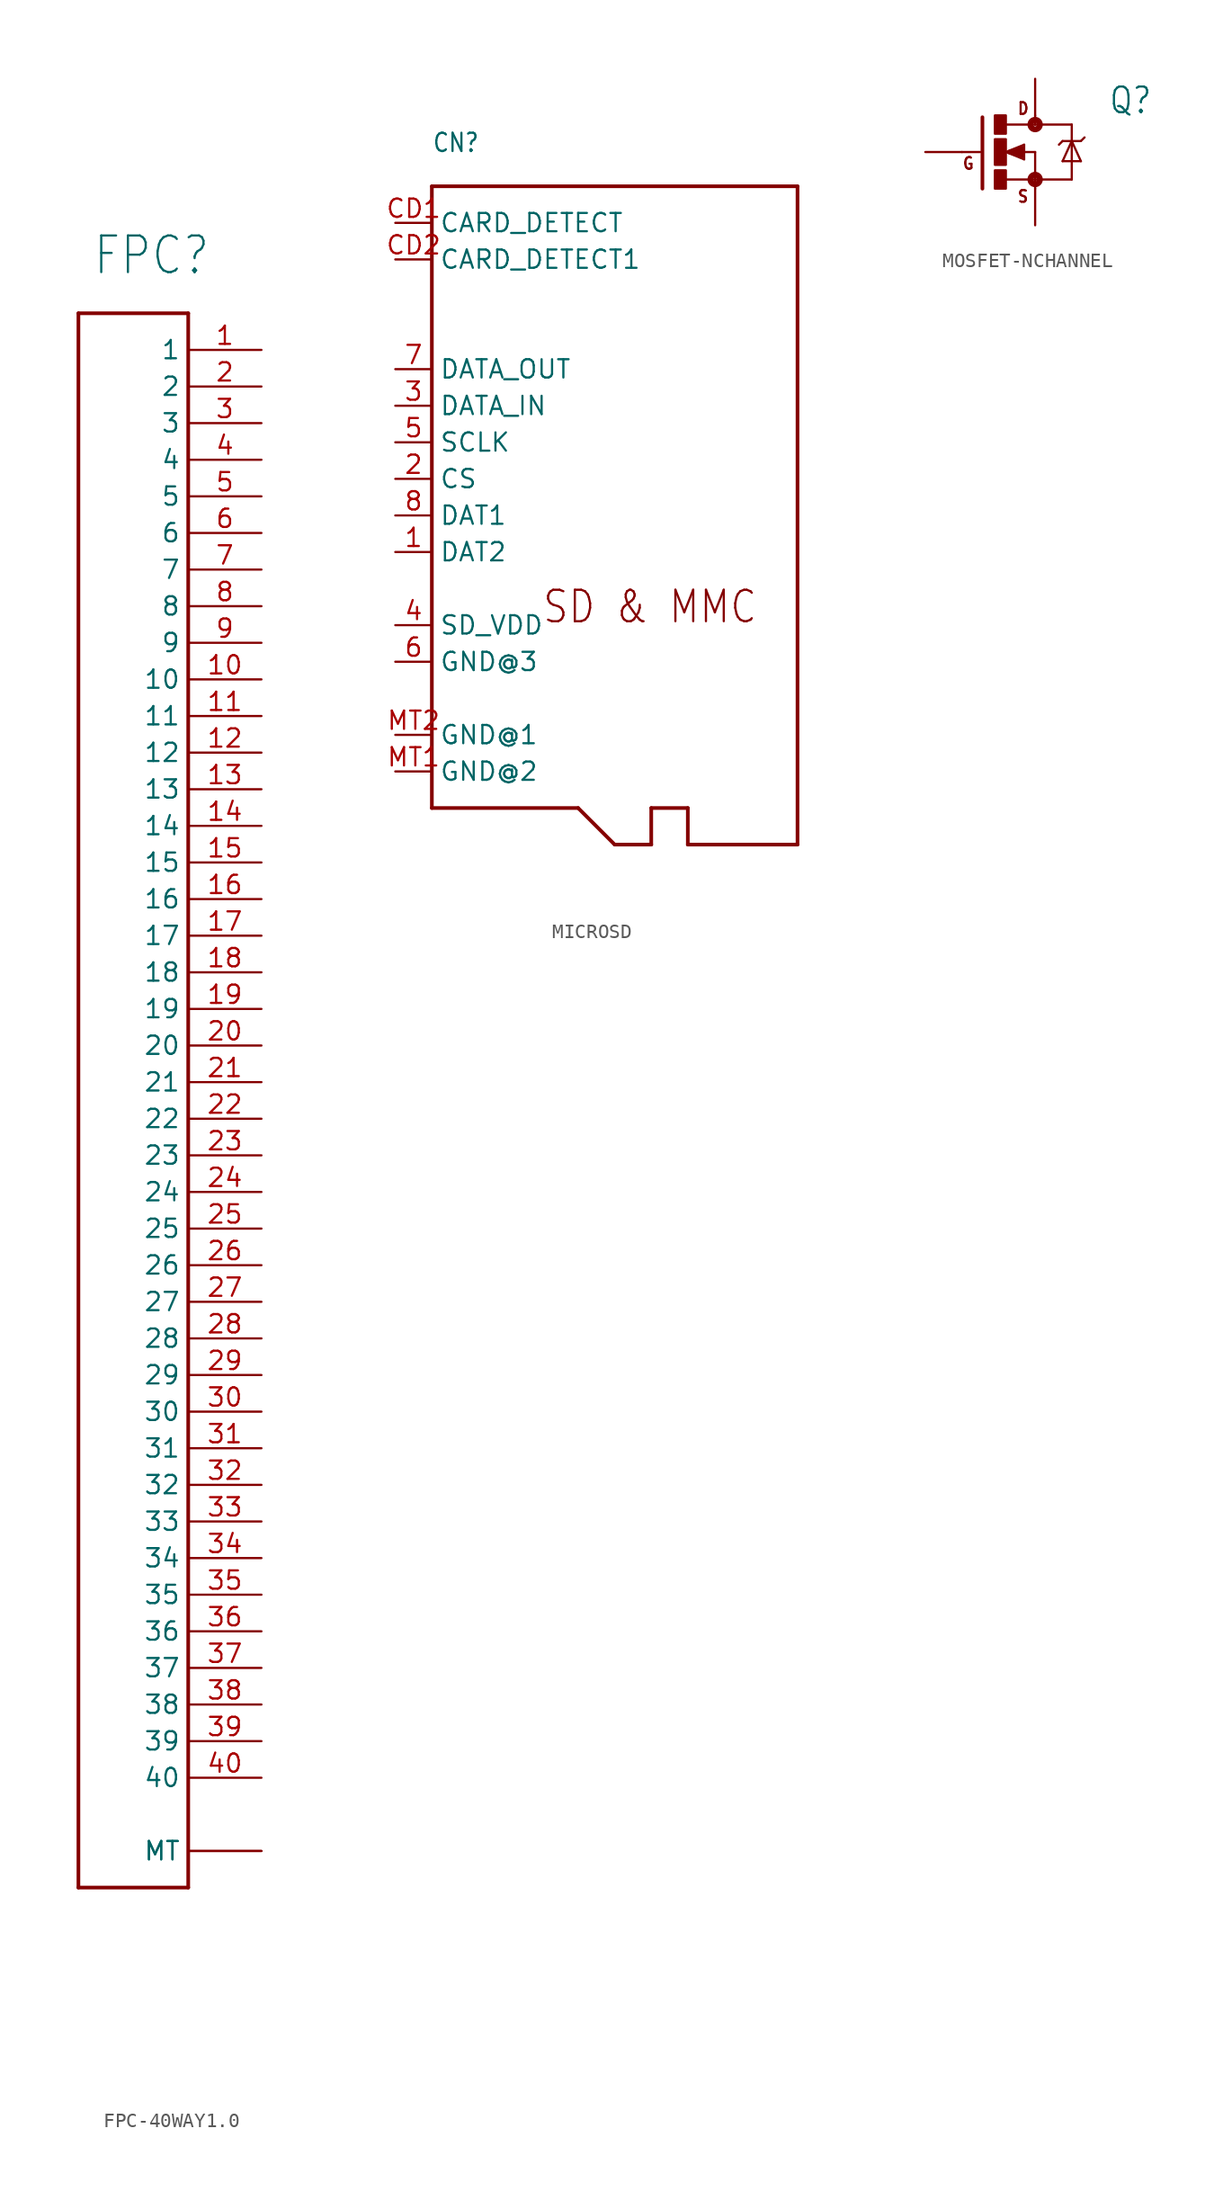
<source format=kicad_sym>
(kicad_symbol_lib
  (version 20220914)
  (generator kicad_symbol_editor)
  (symbol "FPC-40WAY1.0"
    (property "Reference" "FPC"
      (at -2.54 5.08 0)
      (effects (font (size 2.54 2.159)) (justify bottom)))
    (property "Value" ""
      (at -2.54 -109.22 0)
      (effects (font (size 2.54 2.159)) (justify top)))
    (property "ki_locked" ""
      (at 0 0 0)
      (effects (font (size 1.27 1.27))))
    (symbol "FPC-40WAY1.0_1_0"
      (polyline (pts (xy -7.62 -106.68) (xy 0 -106.68)) (stroke (width 0.254) (type solid)) (fill (type none)))
      (polyline (pts (xy -7.62 2.54) (xy -7.62 -106.68)) (stroke (width 0.254) (type solid)) (fill (type none)))
      (polyline (pts (xy 0 2.54) (xy -7.62 2.54)) (stroke (width 0.254) (type solid)) (fill (type none)))
      (polyline (pts (xy 0 2.54) (xy 0 -106.68)) (stroke (width 0.254) (type solid)) (fill (type none)))
      (pin bidirectional line (at 5.08 0 180) (length 5.08) (name "1" (effects (font (size 1.27 1.27)))) (number "1" (effects (font (size 1.27 1.27)))))
      (pin bidirectional line (at 5.08 -22.86 180) (length 5.08) (name "10" (effects (font (size 1.27 1.27)))) (number "10" (effects (font (size 1.27 1.27)))))
      (pin bidirectional line (at 5.08 -25.4 180) (length 5.08) (name "11" (effects (font (size 1.27 1.27)))) (number "11" (effects (font (size 1.27 1.27)))))
      (pin bidirectional line (at 5.08 -27.94 180) (length 5.08) (name "12" (effects (font (size 1.27 1.27)))) (number "12" (effects (font (size 1.27 1.27)))))
      (pin bidirectional line (at 5.08 -30.48 180) (length 5.08) (name "13" (effects (font (size 1.27 1.27)))) (number "13" (effects (font (size 1.27 1.27)))))
      (pin bidirectional line (at 5.08 -33.02 180) (length 5.08) (name "14" (effects (font (size 1.27 1.27)))) (number "14" (effects (font (size 1.27 1.27)))))
      (pin bidirectional line (at 5.08 -35.56 180) (length 5.08) (name "15" (effects (font (size 1.27 1.27)))) (number "15" (effects (font (size 1.27 1.27)))))
      (pin bidirectional line (at 5.08 -38.1 180) (length 5.08) (name "16" (effects (font (size 1.27 1.27)))) (number "16" (effects (font (size 1.27 1.27)))))
      (pin bidirectional line (at 5.08 -40.64 180) (length 5.08) (name "17" (effects (font (size 1.27 1.27)))) (number "17" (effects (font (size 1.27 1.27)))))
      (pin bidirectional line (at 5.08 -43.18 180) (length 5.08) (name "18" (effects (font (size 1.27 1.27)))) (number "18" (effects (font (size 1.27 1.27)))))
      (pin bidirectional line (at 5.08 -45.72 180) (length 5.08) (name "19" (effects (font (size 1.27 1.27)))) (number "19" (effects (font (size 1.27 1.27)))))
      (pin bidirectional line (at 5.08 -2.54 180) (length 5.08) (name "2" (effects (font (size 1.27 1.27)))) (number "2" (effects (font (size 1.27 1.27)))))
      (pin bidirectional line (at 5.08 -48.26 180) (length 5.08) (name "20" (effects (font (size 1.27 1.27)))) (number "20" (effects (font (size 1.27 1.27)))))
      (pin bidirectional line (at 5.08 -50.8 180) (length 5.08) (name "21" (effects (font (size 1.27 1.27)))) (number "21" (effects (font (size 1.27 1.27)))))
      (pin bidirectional line (at 5.08 -53.34 180) (length 5.08) (name "22" (effects (font (size 1.27 1.27)))) (number "22" (effects (font (size 1.27 1.27)))))
      (pin bidirectional line (at 5.08 -55.88 180) (length 5.08) (name "23" (effects (font (size 1.27 1.27)))) (number "23" (effects (font (size 1.27 1.27)))))
      (pin bidirectional line (at 5.08 -58.42 180) (length 5.08) (name "24" (effects (font (size 1.27 1.27)))) (number "24" (effects (font (size 1.27 1.27)))))
      (pin bidirectional line (at 5.08 -60.96 180) (length 5.08) (name "25" (effects (font (size 1.27 1.27)))) (number "25" (effects (font (size 1.27 1.27)))))
      (pin bidirectional line (at 5.08 -63.5 180) (length 5.08) (name "26" (effects (font (size 1.27 1.27)))) (number "26" (effects (font (size 1.27 1.27)))))
      (pin bidirectional line (at 5.08 -66.04 180) (length 5.08) (name "27" (effects (font (size 1.27 1.27)))) (number "27" (effects (font (size 1.27 1.27)))))
      (pin bidirectional line (at 5.08 -68.58 180) (length 5.08) (name "28" (effects (font (size 1.27 1.27)))) (number "28" (effects (font (size 1.27 1.27)))))
      (pin bidirectional line (at 5.08 -71.12 180) (length 5.08) (name "29" (effects (font (size 1.27 1.27)))) (number "29" (effects (font (size 1.27 1.27)))))
      (pin bidirectional line (at 5.08 -5.08 180) (length 5.08) (name "3" (effects (font (size 1.27 1.27)))) (number "3" (effects (font (size 1.27 1.27)))))
      (pin bidirectional line (at 5.08 -73.66 180) (length 5.08) (name "30" (effects (font (size 1.27 1.27)))) (number "30" (effects (font (size 1.27 1.27)))))
      (pin bidirectional line (at 5.08 -76.2 180) (length 5.08) (name "31" (effects (font (size 1.27 1.27)))) (number "31" (effects (font (size 1.27 1.27)))))
      (pin bidirectional line (at 5.08 -78.74 180) (length 5.08) (name "32" (effects (font (size 1.27 1.27)))) (number "32" (effects (font (size 1.27 1.27)))))
      (pin bidirectional line (at 5.08 -81.28 180) (length 5.08) (name "33" (effects (font (size 1.27 1.27)))) (number "33" (effects (font (size 1.27 1.27)))))
      (pin bidirectional line (at 5.08 -83.82 180) (length 5.08) (name "34" (effects (font (size 1.27 1.27)))) (number "34" (effects (font (size 1.27 1.27)))))
      (pin bidirectional line (at 5.08 -86.36 180) (length 5.08) (name "35" (effects (font (size 1.27 1.27)))) (number "35" (effects (font (size 1.27 1.27)))))
      (pin bidirectional line (at 5.08 -88.9 180) (length 5.08) (name "36" (effects (font (size 1.27 1.27)))) (number "36" (effects (font (size 1.27 1.27)))))
      (pin bidirectional line (at 5.08 -91.44 180) (length 5.08) (name "37" (effects (font (size 1.27 1.27)))) (number "37" (effects (font (size 1.27 1.27)))))
      (pin bidirectional line (at 5.08 -93.98 180) (length 5.08) (name "38" (effects (font (size 1.27 1.27)))) (number "38" (effects (font (size 1.27 1.27)))))
      (pin bidirectional line (at 5.08 -96.52 180) (length 5.08) (name "39" (effects (font (size 1.27 1.27)))) (number "39" (effects (font (size 1.27 1.27)))))
      (pin bidirectional line (at 5.08 -7.62 180) (length 5.08) (name "4" (effects (font (size 1.27 1.27)))) (number "4" (effects (font (size 1.27 1.27)))))
      (pin bidirectional line (at 5.08 -99.06 180) (length 5.08) (name "40" (effects (font (size 1.27 1.27)))) (number "40" (effects (font (size 1.27 1.27)))))
      (pin bidirectional line (at 5.08 -10.16 180) (length 5.08) (name "5" (effects (font (size 1.27 1.27)))) (number "5" (effects (font (size 1.27 1.27)))))
      (pin bidirectional line (at 5.08 -12.7 180) (length 5.08) (name "6" (effects (font (size 1.27 1.27)))) (number "6" (effects (font (size 1.27 1.27)))))
      (pin bidirectional line (at 5.08 -15.24 180) (length 5.08) (name "7" (effects (font (size 1.27 1.27)))) (number "7" (effects (font (size 1.27 1.27)))))
      (pin bidirectional line (at 5.08 -17.78 180) (length 5.08) (name "8" (effects (font (size 1.27 1.27)))) (number "8" (effects (font (size 1.27 1.27)))))
      (pin bidirectional line (at 5.08 -20.32 180) (length 5.08) (name "9" (effects (font (size 1.27 1.27)))) (number "9" (effects (font (size 1.27 1.27)))))
      (pin bidirectional line (at 5.08 -104.14 180) (length 5.08) (name "MT" (effects (font (size 1.27 1.27)))) (number "MT1" (effects (font (size 0 0)))))
      (pin bidirectional line (at 5.08 -104.14 180) (length 5.08) (name "MT" (effects (font (size 1.27 1.27)))) (number "MT2" (effects (font (size 0 0)))))))
  (symbol "MICROSD"
    (property "Reference" "CN"
      (at -12.7 22.606 0)
      (effects (font (size 1.27 1.079)) (justify left bottom)))
    (property "Value" ""
      (at -12.7 20.828 0)
      (effects (font (size 1.27 1.079)) (justify left bottom)))
    (property "ki_locked" ""
      (at 0 0 0)
      (effects (font (size 1.27 1.27))))
    (symbol "MICROSD_1_0"
      (polyline (pts (xy -12.7 -22.86) (xy -2.54 -22.86)) (stroke (width 0.254) (type solid)) (fill (type none)))
      (polyline (pts (xy -12.7 20.32) (xy -12.7 -22.86)) (stroke (width 0.254) (type solid)) (fill (type none)))
      (polyline (pts (xy -2.54 -22.86) (xy 0 -25.4)) (stroke (width 0.254) (type solid)) (fill (type none)))
      (polyline (pts (xy 0 -25.4) (xy 2.54 -25.4)) (stroke (width 0.254) (type solid)) (fill (type none)))
      (polyline (pts (xy 2.54 -25.4) (xy 2.54 -22.86)) (stroke (width 0.254) (type solid)) (fill (type none)))
      (polyline (pts (xy 2.54 -22.86) (xy 5.08 -22.86)) (stroke (width 0.254) (type solid)) (fill (type none)))
      (polyline (pts (xy 5.08 -25.4) (xy 12.7 -25.4)) (stroke (width 0.254) (type solid)) (fill (type none)))
      (polyline (pts (xy 5.08 -22.86) (xy 5.08 -25.4)) (stroke (width 0.254) (type solid)) (fill (type none)))
      (polyline (pts (xy 12.7 -25.4) (xy 12.7 20.32)) (stroke (width 0.254) (type solid)) (fill (type none)))
      (polyline (pts (xy 12.7 20.32) (xy -12.7 20.32)) (stroke (width 0.254) (type solid)) (fill (type none)))
      (text "SD & MMC" (at -5.08 -10.16 0) (effects (font (size 2.184 1.857)) (justify left bottom)))
      (pin bidirectional line (at -15.24 -5.08 0) (length 2.54) (name "DAT2" (effects (font (size 1.27 1.27)))) (number "1" (effects (font (size 1.27 1.27)))))
      (pin input line (at -15.24 0 0) (length 2.54) (name "CS" (effects (font (size 1.27 1.27)))) (number "2" (effects (font (size 1.27 1.27)))))
      (pin input line (at -15.24 5.08 0) (length 2.54) (name "DATA_IN" (effects (font (size 1.27 1.27)))) (number "3" (effects (font (size 1.27 1.27)))))
      (pin power_in line (at -15.24 -10.16 0) (length 2.54) (name "SD_VDD" (effects (font (size 1.27 1.27)))) (number "4" (effects (font (size 1.27 1.27)))))
      (pin input line (at -15.24 2.54 0) (length 2.54) (name "SCLK" (effects (font (size 1.27 1.27)))) (number "5" (effects (font (size 1.27 1.27)))))
      (pin power_in line (at -15.24 -12.7 0) (length 2.54) (name "GND@3" (effects (font (size 1.27 1.27)))) (number "6" (effects (font (size 1.27 1.27)))))
      (pin output line (at -15.24 7.62 0) (length 2.54) (name "DATA_OUT" (effects (font (size 1.27 1.27)))) (number "7" (effects (font (size 1.27 1.27)))))
      (pin bidirectional line (at -15.24 -2.54 0) (length 2.54) (name "DAT1" (effects (font (size 1.27 1.27)))) (number "8" (effects (font (size 1.27 1.27)))))
      (pin passive line (at -15.24 17.78 0) (length 2.54) (name "CARD_DETECT" (effects (font (size 1.27 1.27)))) (number "CD1" (effects (font (size 1.27 1.27)))))
      (pin passive line (at -15.24 15.24 0) (length 2.54) (name "CARD_DETECT1" (effects (font (size 1.27 1.27)))) (number "CD2" (effects (font (size 1.27 1.27)))))
      (pin power_in line (at -15.24 -20.32 0) (length 2.54) (name "GND@2" (effects (font (size 1.27 1.27)))) (number "MT1" (effects (font (size 1.27 1.27)))))
      (pin power_in line (at -15.24 -17.78 0) (length 2.54) (name "GND@1" (effects (font (size 1.27 1.27)))) (number "MT2" (effects (font (size 1.27 1.27)))))))
  (symbol "MOSFET-NCHANNEL"
    (property "Reference" "Q"
      (at 5.08 2.54 0)
      (effects (font (size 1.778 1.511)) (justify left bottom)))
    (property "Value" ""
      (at 5.08 0 0)
      (effects (font (size 1.778 1.511)) (justify left bottom)))
    (property "ki_locked" ""
      (at 0 0 0)
      (effects (font (size 1.27 1.27))))
    (symbol "MOSFET-NCHANNEL_1_0"
      (rectangle (start -2.794 -2.54) (end -2.032 -1.27) (stroke (width 0) (type default)) (fill (type outline)))
      (rectangle (start -2.794 -0.889) (end -2.032 0.889) (stroke (width 0) (type default)) (fill (type outline)))
      (rectangle (start -2.794 1.27) (end -2.032 2.54) (stroke (width 0) (type default)) (fill (type outline)))
      (circle (center 0 -1.905) (radius 0.127) (stroke (width 0.406) (type solid)) (fill (type none)))
      (polyline (pts (xy -3.81 0) (xy -5.08 0)) (stroke (width 0.152) (type solid)) (fill (type none)))
      (polyline (pts (xy -3.658 2.413) (xy -3.658 -2.54)) (stroke (width 0.254) (type solid)) (fill (type none)))
      (polyline (pts (xy -2.032 -1.905) (xy 0 -1.905)) (stroke (width 0.152) (type solid)) (fill (type none)))
      (polyline (pts (xy -2.032 0) (xy -0.762 -0.508)) (stroke (width 0.152) (type solid)) (fill (type none)))
      (polyline (pts (xy -1.778 0) (xy -0.889 -0.254)) (stroke (width 0.305) (type solid)) (fill (type none)))
      (polyline (pts (xy -0.889 -0.254) (xy -0.889 0)) (stroke (width 0.305) (type solid)) (fill (type none)))
      (polyline (pts (xy -0.889 0) (xy -1.143 0)) (stroke (width 0.305) (type solid)) (fill (type none)))
      (polyline (pts (xy -0.889 0) (xy 0 0)) (stroke (width 0.152) (type solid)) (fill (type none)))
      (polyline (pts (xy -0.889 0.254) (xy -1.778 0)) (stroke (width 0.305) (type solid)) (fill (type none)))
      (polyline (pts (xy -0.762 -0.508) (xy -0.762 0.508)) (stroke (width 0.152) (type solid)) (fill (type none)))
      (polyline (pts (xy -0.762 0.508) (xy -2.032 0)) (stroke (width 0.152) (type solid)) (fill (type none)))
      (polyline (pts (xy 0 -1.905) (xy 0 -2.54)) (stroke (width 0.152) (type solid)) (fill (type none)))
      (polyline (pts (xy 0 0) (xy 0 -1.905)) (stroke (width 0.152) (type solid)) (fill (type none)))
      (polyline (pts (xy 0 1.905) (xy -2.007 1.905)) (stroke (width 0.152) (type solid)) (fill (type none)))
      (polyline (pts (xy 0 1.905) (xy 2.54 1.905)) (stroke (width 0.152) (type solid)) (fill (type none)))
      (polyline (pts (xy 0 2.54) (xy 0 1.905)) (stroke (width 0.152) (type solid)) (fill (type none)))
      (polyline (pts (xy 1.905 -0.635) (xy 3.175 -0.635)) (stroke (width 0.152) (type solid)) (fill (type none)))
      (polyline (pts (xy 1.905 0.762) (xy 1.651 0.508)) (stroke (width 0.152) (type solid)) (fill (type none)))
      (polyline (pts (xy 1.905 0.762) (xy 2.54 0.762)) (stroke (width 0.152) (type solid)) (fill (type none)))
      (polyline (pts (xy 2.54 -1.905) (xy 0 -1.905)) (stroke (width 0.152) (type solid)) (fill (type none)))
      (polyline (pts (xy 2.54 0.762) (xy 1.905 -0.635)) (stroke (width 0.152) (type solid)) (fill (type none)))
      (polyline (pts (xy 2.54 0.762) (xy 2.54 -1.905)) (stroke (width 0.152) (type solid)) (fill (type none)))
      (polyline (pts (xy 2.54 0.762) (xy 3.175 0.762)) (stroke (width 0.152) (type solid)) (fill (type none)))
      (polyline (pts (xy 2.54 1.905) (xy 2.54 0.762)) (stroke (width 0.152) (type solid)) (fill (type none)))
      (polyline (pts (xy 3.175 -0.635) (xy 2.54 0.762)) (stroke (width 0.152) (type solid)) (fill (type none)))
      (polyline (pts (xy 3.175 0.762) (xy 3.429 1.016)) (stroke (width 0.152) (type solid)) (fill (type none)))
      (circle (center 0 1.905) (radius 0.127) (stroke (width 0.406) (type solid)) (fill (type none)))
      (text "D" (at -1.27 2.54 0) (effects (font (size 0.813 0.691)) (justify left bottom)))
      (text "G" (at -5.08 -1.27 0) (effects (font (size 0.813 0.691)) (justify left bottom)))
      (text "S" (at -1.27 -3.556 0) (effects (font (size 0.813 0.691)) (justify left bottom)))
      (pin passive line (at -7.62 0 0) (length 2.54) (name "G" (effects (font (size 0 0)))) (number "1" (effects (font (size 0 0)))))
      (pin passive line (at 0 -5.08 90) (length 2.54) (name "S" (effects (font (size 0 0)))) (number "2" (effects (font (size 0 0)))))
      (pin passive line (at 0 5.08 270) (length 2.54) (name "D" (effects (font (size 0 0)))) (number "3" (effects (font (size 0 0))))))))
</source>
